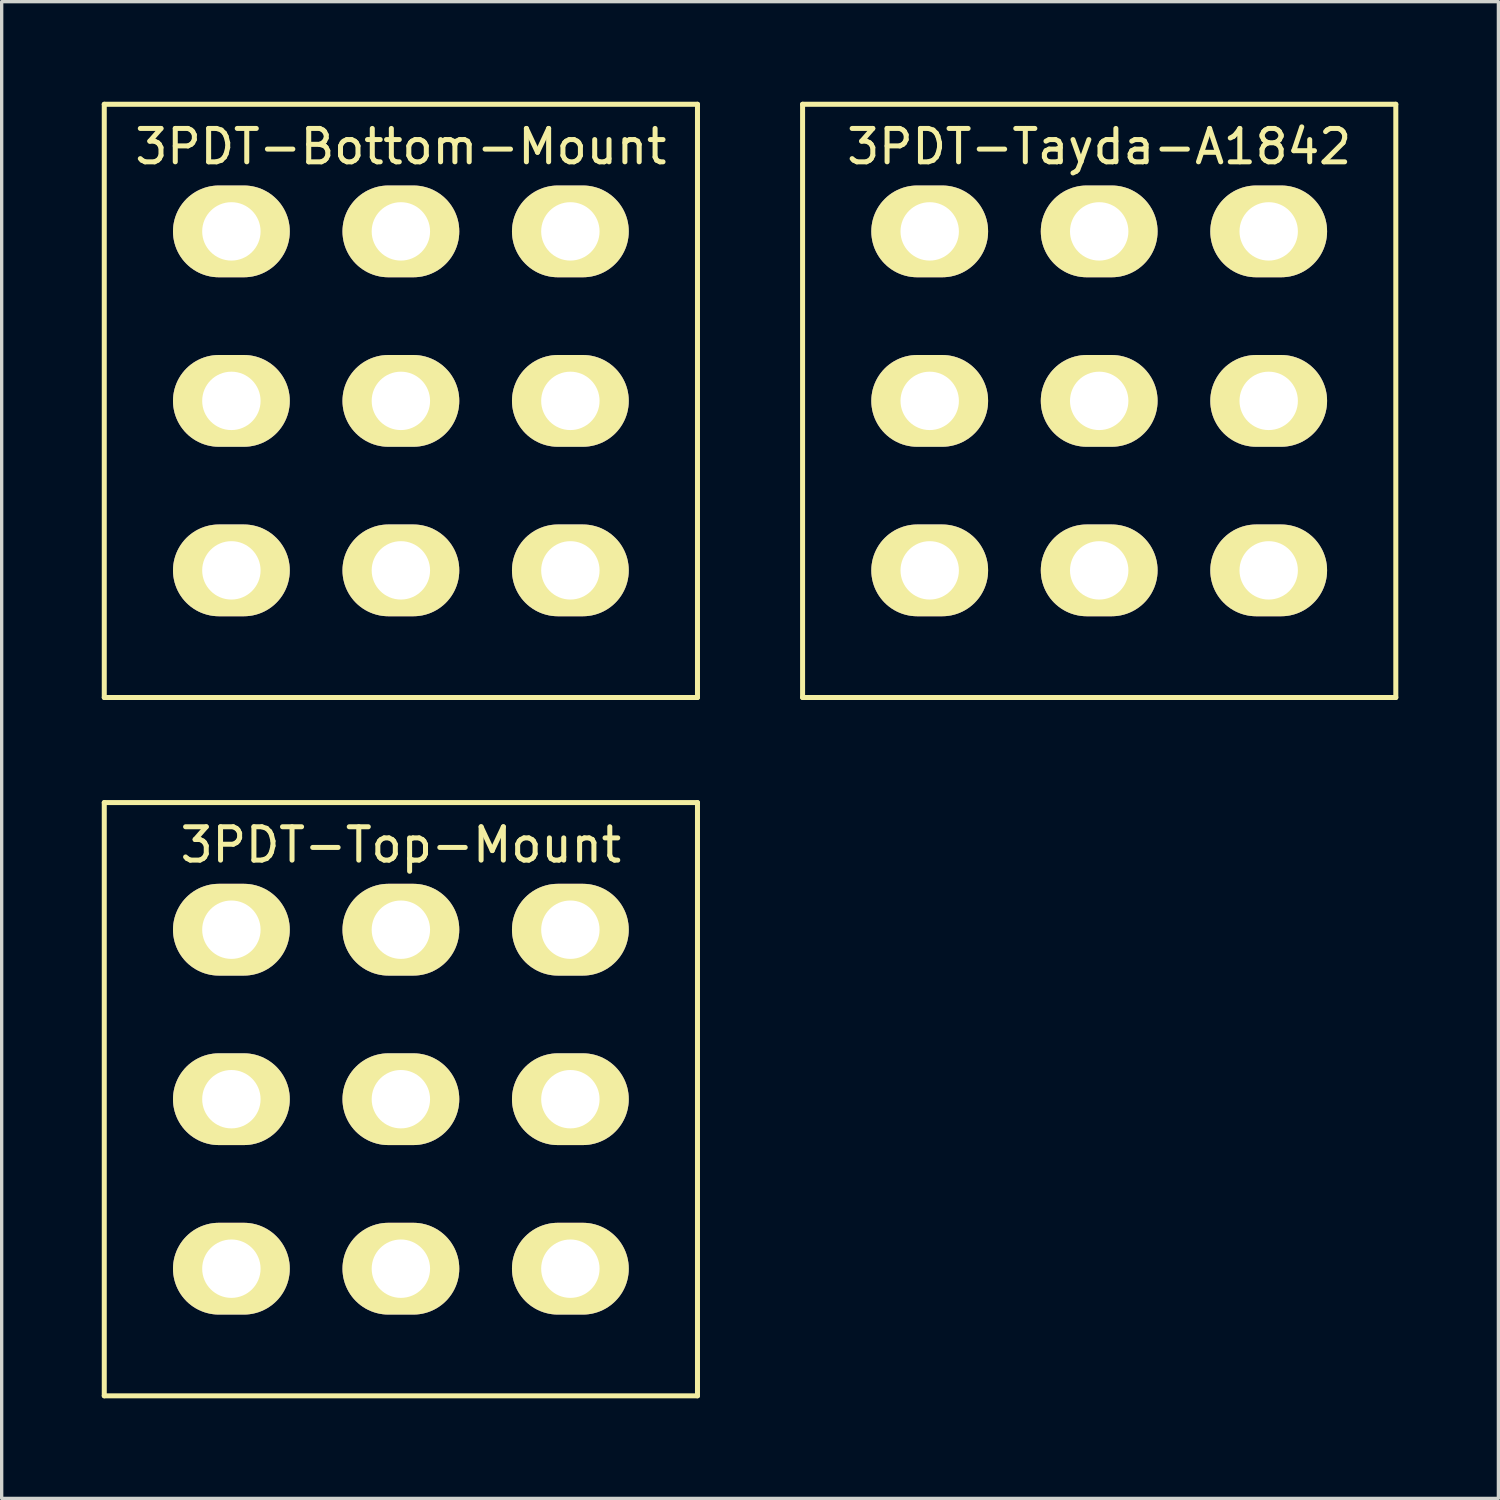
<source format=kicad_pcb>
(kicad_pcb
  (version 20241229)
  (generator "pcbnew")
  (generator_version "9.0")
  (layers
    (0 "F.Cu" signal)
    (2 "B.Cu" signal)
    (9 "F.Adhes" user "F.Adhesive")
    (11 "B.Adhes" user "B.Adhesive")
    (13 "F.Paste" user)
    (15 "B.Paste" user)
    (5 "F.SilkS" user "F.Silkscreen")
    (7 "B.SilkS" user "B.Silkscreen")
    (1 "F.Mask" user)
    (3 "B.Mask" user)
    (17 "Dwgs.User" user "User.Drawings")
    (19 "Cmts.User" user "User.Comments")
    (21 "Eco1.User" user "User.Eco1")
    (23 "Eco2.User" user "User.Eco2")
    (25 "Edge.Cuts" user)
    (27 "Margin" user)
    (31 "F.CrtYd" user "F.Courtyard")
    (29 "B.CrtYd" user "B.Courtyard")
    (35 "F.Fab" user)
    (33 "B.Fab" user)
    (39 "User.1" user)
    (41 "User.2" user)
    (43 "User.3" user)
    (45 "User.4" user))
  (footprint "3PDT-Bottom-Mount"
    (layer "F.Cu")
    (at 8.965 8.965)
    (property "Reference" "3PDT-Bottom-Mount" (at 0 -7.62 0) (layer "F.SilkS") (effects (font (size 1 1) (thickness 0.15))))
    (attr through_hole)
    (fp_line (start -8.89 -8.89) (end -8.89 8.89) (stroke (width 0.15) (type solid)) (layer "F.SilkS"))
    (fp_line (start -8.89 8.89) (end 8.89 8.89) (stroke (width 0.15) (type solid)) (layer "F.SilkS"))
    (fp_line (start 8.89 -8.89) (end -8.89 -8.89) (stroke (width 0.15) (type solid)) (layer "F.SilkS"))
    (fp_line (start 8.89 8.89) (end 8.89 -8.89) (stroke (width 0.15) (type solid)) (layer "F.SilkS"))
    (pad "1" thru_hole oval (at -5.08 -5.08) (size 3.5 2.75) (drill 1.75) (layers "*.Cu" "*.Mask" "F.SilkS"))
    (pad "2" thru_hole oval (at -5.08 0) (size 3.5 2.75) (drill 1.75) (layers "*.Cu" "*.Mask" "F.SilkS"))
    (pad "3" thru_hole oval (at -5.08 5.08) (size 3.5 2.75) (drill 1.75) (layers "*.Cu" "*.Mask" "F.SilkS"))
    (pad "4" thru_hole oval (at 0 -5.08) (size 3.5 2.75) (drill 1.75) (layers "*.Cu" "*.Mask" "F.SilkS"))
    (pad "5" thru_hole oval (at 0 0) (size 3.5 2.75) (drill 1.75) (layers "*.Cu" "*.Mask" "F.SilkS"))
    (pad "6" thru_hole oval (at 0 5.08) (size 3.5 2.75) (drill 1.75) (layers "*.Cu" "*.Mask" "F.SilkS"))
    (pad "7" thru_hole oval (at 5.08 -5.08) (size 3.5 2.75) (drill 1.75) (layers "*.Cu" "*.Mask" "F.SilkS"))
    (pad "8" thru_hole oval (at 5.08 0) (size 3.5 2.75) (drill 1.75) (layers "*.Cu" "*.Mask" "F.SilkS"))
    (pad "9" thru_hole oval (at 5.08 5.08) (size 3.5 2.75) (drill 1.75) (layers "*.Cu" "*.Mask" "F.SilkS")))
  (footprint "3PDT-Top-Mount"
    (layer "F.Cu")
    (at 8.965 29.895)
    (property "Reference" "3PDT-Top-Mount" (at 0 -7.62 0) (layer "F.SilkS") (effects (font (size 1 1) (thickness 0.15))))
    (attr through_hole)
    (fp_line (start -8.89 -8.89) (end -8.89 8.89) (stroke (width 0.15) (type solid)) (layer "F.SilkS"))
    (fp_line (start -8.89 8.89) (end 8.89 8.89) (stroke (width 0.15) (type solid)) (layer "F.SilkS"))
    (fp_line (start 8.89 -8.89) (end -8.89 -8.89) (stroke (width 0.15) (type solid)) (layer "F.SilkS"))
    (fp_line (start 8.89 8.89) (end 8.89 -8.89) (stroke (width 0.15) (type solid)) (layer "F.SilkS"))
    (pad "1" thru_hole oval (at -5.08 -5.08) (size 3.5 2.75) (drill 1.75) (layers "*.Cu" "*.Mask" "F.SilkS"))
    (pad "2" thru_hole oval (at -5.08 0) (size 3.5 2.75) (drill 1.75) (layers "*.Cu" "*.Mask" "F.SilkS"))
    (pad "3" thru_hole oval (at -5.08 5.08) (size 3.5 2.75) (drill 1.75) (layers "*.Cu" "*.Mask" "F.SilkS"))
    (pad "4" thru_hole oval (at 0 -5.08) (size 3.5 2.75) (drill 1.75) (layers "*.Cu" "*.Mask" "F.SilkS"))
    (pad "5" thru_hole oval (at 0 0) (size 3.5 2.75) (drill 1.75) (layers "*.Cu" "*.Mask" "F.SilkS"))
    (pad "6" thru_hole oval (at 0 5.08) (size 3.5 2.75) (drill 1.75) (layers "*.Cu" "*.Mask" "F.SilkS"))
    (pad "7" thru_hole oval (at 5.08 -5.08) (size 3.5 2.75) (drill 1.75) (layers "*.Cu" "*.Mask" "F.SilkS"))
    (pad "8" thru_hole oval (at 5.08 0) (size 3.5 2.75) (drill 1.75) (layers "*.Cu" "*.Mask" "F.SilkS"))
    (pad "9" thru_hole oval (at 5.08 5.08) (size 3.5 2.75) (drill 1.75) (layers "*.Cu" "*.Mask" "F.SilkS")))
  (footprint "3PDT-Tayda-A1842"
    (layer "F.Cu")
    (at 29.895 8.965)
    (property "Reference" "3PDT-Tayda-A1842" (at 0 -7.62 0) (layer "F.SilkS") (effects (font (size 1 1) (thickness 0.15))))
    (attr through_hole)
    (fp_line (start -8.89 -8.89) (end -8.89 8.89) (stroke (width 0.15) (type solid)) (layer "F.SilkS"))
    (fp_line (start -8.89 8.89) (end 8.89 8.89) (stroke (width 0.15) (type solid)) (layer "F.SilkS"))
    (fp_line (start 8.89 -8.89) (end -8.89 -8.89) (stroke (width 0.15) (type solid)) (layer "F.SilkS"))
    (fp_line (start 8.89 8.89) (end 8.89 -8.89) (stroke (width 0.15) (type solid)) (layer "F.SilkS"))
    (pad "1" thru_hole oval (at -5.08 -5.08) (size 3.5 2.75) (drill 1.75) (layers "*.Cu" "*.Mask" "F.SilkS"))
    (pad "2" thru_hole oval (at -5.08 0) (size 3.5 2.75) (drill 1.75) (layers "*.Cu" "*.Mask" "F.SilkS"))
    (pad "3" thru_hole oval (at -5.08 5.08) (size 3.5 2.75) (drill 1.75) (layers "*.Cu" "*.Mask" "F.SilkS"))
    (pad "4" thru_hole oval (at 0 -5.08) (size 3.5 2.75) (drill 1.75) (layers "*.Cu" "*.Mask" "F.SilkS"))
    (pad "5" thru_hole oval (at 0 0) (size 3.5 2.75) (drill 1.75) (layers "*.Cu" "*.Mask" "F.SilkS"))
    (pad "6" thru_hole oval (at 0 5.08) (size 3.5 2.75) (drill 1.75) (layers "*.Cu" "*.Mask" "F.SilkS"))
    (pad "7" thru_hole oval (at 5.08 -5.08) (size 3.5 2.75) (drill 1.75) (layers "*.Cu" "*.Mask" "F.SilkS"))
    (pad "8" thru_hole oval (at 5.08 0) (size 3.5 2.75) (drill 1.75) (layers "*.Cu" "*.Mask" "F.SilkS"))
    (pad "9" thru_hole oval (at 5.08 5.08) (size 3.5 2.75) (drill 1.75) (layers "*.Cu" "*.Mask" "F.SilkS")))
  (gr_rect
    (start -3 -3)
    (end 41.86 41.86)
    (stroke (width 0.1) (type default))
    (fill no)
    (layer "Edge.Cuts")))
</source>
